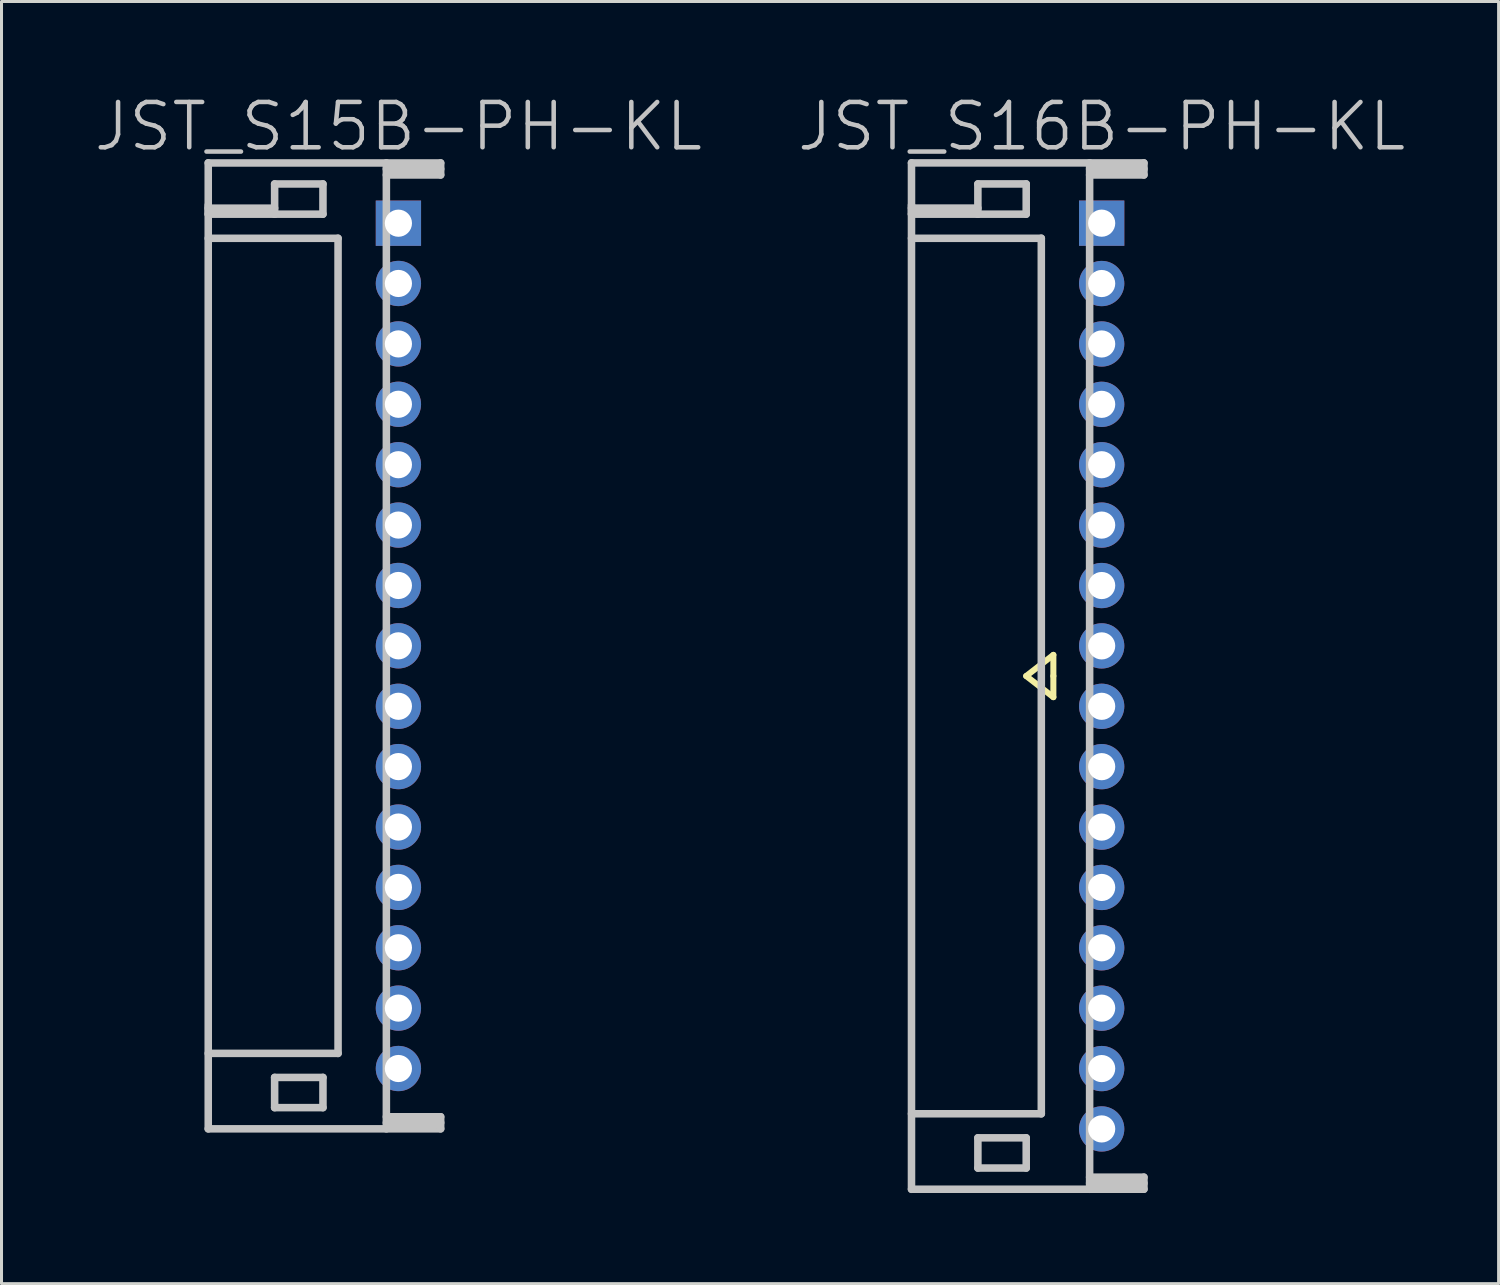
<source format=kicad_pcb>
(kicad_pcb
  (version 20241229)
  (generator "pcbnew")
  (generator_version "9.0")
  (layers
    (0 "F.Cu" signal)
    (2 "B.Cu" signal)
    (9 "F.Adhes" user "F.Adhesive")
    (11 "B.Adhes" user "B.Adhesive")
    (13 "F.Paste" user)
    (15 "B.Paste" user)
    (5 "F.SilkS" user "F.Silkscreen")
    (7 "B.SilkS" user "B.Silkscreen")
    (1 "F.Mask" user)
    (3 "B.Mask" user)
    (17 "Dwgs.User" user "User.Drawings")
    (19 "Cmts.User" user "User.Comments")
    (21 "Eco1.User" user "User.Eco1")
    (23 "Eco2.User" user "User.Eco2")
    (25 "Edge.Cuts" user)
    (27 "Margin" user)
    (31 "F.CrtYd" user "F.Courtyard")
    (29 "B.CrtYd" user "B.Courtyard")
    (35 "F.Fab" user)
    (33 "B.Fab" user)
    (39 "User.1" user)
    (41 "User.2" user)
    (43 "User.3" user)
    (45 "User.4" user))
  (footprint "JST_S16B-PH-KL"
    (layer "F.Cu")
    (at 33.439 19.341)
    (property "Reference" "JST_S16B-PH-KL" (at 0 -18.2 180) (layer "Dwgs.User") (effects (font (size 1.5 1.5) (thickness 0.15))))
    (attr through_hole)
    (fp_line (start -2.5 0) (end -1.6 0.7) (stroke (width 0.2) (type solid)) (layer "F.SilkS"))
    (fp_line (start -1.6 -0.7) (end -2.5 0) (stroke (width 0.2) (type solid)) (layer "F.SilkS"))
    (fp_line (start -1.6 0) (end -1.6 -0.7) (stroke (width 0.2) (type solid)) (layer "F.SilkS"))
    (fp_line (start -1.6 0.7) (end -1.6 0) (stroke (width 0.2) (type solid)) (layer "F.SilkS"))
    (fp_line (start -6.299 -15.498) (end -4.1 -15.498) (stroke (width 0.25) (type solid)) (layer "Dwgs.User"))
    (fp_line (start -6.299 -15.298) (end -6.299 -15.598) (stroke (width 0.25) (type solid)) (layer "Dwgs.User"))
    (fp_line (start -6.299 16.998) (end 1.4 16.998) (stroke (width 0.25) (type solid)) (layer "Dwgs.User"))
    (fp_line (start -6.299 17) (end -6.299 -17) (stroke (width 0.25) (type solid)) (layer "Dwgs.User"))
    (fp_line (start -4.1 -16.299) (end -2.499 -16.299) (stroke (width 0.25) (type solid)) (layer "Dwgs.User"))
    (fp_line (start -4.1 -15.298) (end -6.299 -15.298) (stroke (width 0.25) (type solid)) (layer "Dwgs.User"))
    (fp_line (start -4.1 -15.298) (end -4.1 -16.299) (stroke (width 0.25) (type solid)) (layer "Dwgs.User"))
    (fp_line (start -4.1 15.296) (end -2.499 15.296) (stroke (width 0.25) (type solid)) (layer "Dwgs.User"))
    (fp_line (start -4.1 16.297) (end -4.1 15.296) (stroke (width 0.25) (type solid)) (layer "Dwgs.User"))
    (fp_line (start -2.499 -16.299) (end -2.499 -15.298) (stroke (width 0.25) (type solid)) (layer "Dwgs.User"))
    (fp_line (start -2.499 -15.298) (end -4.1 -15.298) (stroke (width 0.25) (type solid)) (layer "Dwgs.User"))
    (fp_line (start -2.499 15.296) (end -2.499 16.297) (stroke (width 0.25) (type solid)) (layer "Dwgs.User"))
    (fp_line (start -2.499 16.297) (end -4.1 16.297) (stroke (width 0.25) (type solid)) (layer "Dwgs.User"))
    (fp_line (start -1.999 -14.501) (end -1.999 14.501) (stroke (width 0.25) (type solid)) (layer "Dwgs.User"))
    (fp_line (start -1.999 -14.498) (end -6.299 -14.498) (stroke (width 0.25) (type solid)) (layer "Dwgs.User"))
    (fp_line (start -1.999 14.498) (end -6.299 14.498) (stroke (width 0.25) (type solid)) (layer "Dwgs.User"))
    (fp_line (start -0.399 -16.596) (end 1.4 -16.596) (stroke (width 0.25) (type solid)) (layer "Dwgs.User"))
    (fp_line (start -0.399 17) (end -0.399 -17) (stroke (width 0.25) (type solid)) (layer "Dwgs.User"))
    (fp_line (start 1.4 -16.995) (end -6.299 -16.995) (stroke (width 0.25) (type solid)) (layer "Dwgs.User"))
    (fp_line (start 1.4 -16.794) (end -0.399 -16.794) (stroke (width 0.25) (type solid)) (layer "Dwgs.User"))
    (fp_line (start 1.4 -16.596) (end 1.4 -16.995) (stroke (width 0.25) (type solid)) (layer "Dwgs.User"))
    (fp_line (start 1.4 16.599) (end -0.399 16.599) (stroke (width 0.25) (type solid)) (layer "Dwgs.User"))
    (fp_line (start 1.4 16.797) (end -0.399 16.797) (stroke (width 0.25) (type solid)) (layer "Dwgs.User"))
    (fp_line (start 1.4 16.998) (end 1.4 16.599) (stroke (width 0.25) (type solid)) (layer "Dwgs.User"))
    (pad "1" thru_hole rect (at 0 -14.999) (size 1.5 1.5) (drill 0.9) (layers "*.Cu" "*.Mask"))
    (pad "2" thru_hole circle (at 0 -13 270) (size 1.5 1.5) (drill 0.9) (layers "*.Cu" "*.Mask"))
    (pad "3" thru_hole circle (at 0 -10.998 270) (size 1.5 1.5) (drill 0.9) (layers "*.Cu" "*.Mask"))
    (pad "4" thru_hole circle (at 0 -8.999 270) (size 1.5 1.5) (drill 0.9) (layers "*.Cu" "*.Mask"))
    (pad "5" thru_hole circle (at 0 -6.998 270) (size 1.5 1.5) (drill 0.9) (layers "*.Cu" "*.Mask"))
    (pad "6" thru_hole circle (at 0 -4.999 270) (size 1.5 1.5) (drill 0.9) (layers "*.Cu" "*.Mask"))
    (pad "7" thru_hole circle (at 0 -2.997 270) (size 1.5 1.5) (drill 0.9) (layers "*.Cu" "*.Mask"))
    (pad "8" thru_hole circle (at 0 -0.998 270) (size 1.5 1.5) (drill 0.9) (layers "*.Cu" "*.Mask"))
    (pad "9" thru_hole circle (at 0 1.003 270) (size 1.5 1.5) (drill 0.9) (layers "*.Cu" "*.Mask"))
    (pad "10" thru_hole circle (at 0 3.002 270) (size 1.5 1.5) (drill 0.9) (layers "*.Cu" "*.Mask"))
    (pad "11" thru_hole circle (at 0 5.004 270) (size 1.5 1.5) (drill 0.9) (layers "*.Cu" "*.Mask"))
    (pad "12" thru_hole circle (at 0 7.003 270) (size 1.5 1.5) (drill 0.9) (layers "*.Cu" "*.Mask"))
    (pad "13" thru_hole circle (at 0 9.002 270) (size 1.5 1.5) (drill 0.9) (layers "*.Cu" "*.Mask"))
    (pad "14" thru_hole circle (at 0 11.001 270) (size 1.5 1.5) (drill 0.9) (layers "*.Cu" "*.Mask"))
    (pad "15" thru_hole circle (at 0 13.002 270) (size 1.5 1.5) (drill 0.9) (layers "*.Cu" "*.Mask"))
    (pad "16" thru_hole circle (at 0 15.001 270) (size 1.5 1.5) (drill 0.9) (layers "*.Cu" "*.Mask")))
  (footprint "JST_S15B-PH-KL"
    (layer "F.Cu")
    (at 10.146 18.341)
    (property "Reference" "JST_S15B-PH-KL" (at 0 -17.2 180) (layer "Dwgs.User") (effects (font (size 1.5 1.5) (thickness 0.15))))
    (attr through_hole)
    (fp_line (start -6.299 -14.497) (end -4.1 -14.497) (stroke (width 0.25) (type solid)) (layer "Dwgs.User"))
    (fp_line (start -6.299 -14.298) (end -6.299 -14.597) (stroke (width 0.25) (type solid)) (layer "Dwgs.User"))
    (fp_line (start -6.299 15.997) (end 1.4 15.997) (stroke (width 0.25) (type solid)) (layer "Dwgs.User"))
    (fp_line (start -6.299 15.999) (end -6.299 -15.999) (stroke (width 0.25) (type solid)) (layer "Dwgs.User"))
    (fp_line (start -4.1 -15.298) (end -2.499 -15.298) (stroke (width 0.25) (type solid)) (layer "Dwgs.User"))
    (fp_line (start -4.1 -14.298) (end -6.299 -14.298) (stroke (width 0.25) (type solid)) (layer "Dwgs.User"))
    (fp_line (start -4.1 -14.298) (end -4.1 -15.298) (stroke (width 0.25) (type solid)) (layer "Dwgs.User"))
    (fp_line (start -4.1 14.295) (end -2.499 14.295) (stroke (width 0.25) (type solid)) (layer "Dwgs.User"))
    (fp_line (start -4.1 15.296) (end -4.1 14.295) (stroke (width 0.25) (type solid)) (layer "Dwgs.User"))
    (fp_line (start -2.499 -15.298) (end -2.499 -14.298) (stroke (width 0.25) (type solid)) (layer "Dwgs.User"))
    (fp_line (start -2.499 -14.298) (end -4.1 -14.298) (stroke (width 0.25) (type solid)) (layer "Dwgs.User"))
    (fp_line (start -2.499 14.295) (end -2.499 15.296) (stroke (width 0.25) (type solid)) (layer "Dwgs.User"))
    (fp_line (start -2.499 15.296) (end -4.1 15.296) (stroke (width 0.25) (type solid)) (layer "Dwgs.User"))
    (fp_line (start -1.999 -13.5) (end -1.999 13.5) (stroke (width 0.25) (type solid)) (layer "Dwgs.User"))
    (fp_line (start -1.999 -13.498) (end -6.299 -13.498) (stroke (width 0.25) (type solid)) (layer "Dwgs.User"))
    (fp_line (start -1.999 13.498) (end -6.299 13.498) (stroke (width 0.25) (type solid)) (layer "Dwgs.User"))
    (fp_line (start -0.399 -15.596) (end 1.4 -15.596) (stroke (width 0.25) (type solid)) (layer "Dwgs.User"))
    (fp_line (start -0.399 15.999) (end -0.399 -15.999) (stroke (width 0.25) (type solid)) (layer "Dwgs.User"))
    (fp_line (start 1.4 -15.994) (end -6.299 -15.994) (stroke (width 0.25) (type solid)) (layer "Dwgs.User"))
    (fp_line (start 1.4 -15.794) (end -0.399 -15.794) (stroke (width 0.25) (type solid)) (layer "Dwgs.User"))
    (fp_line (start 1.4 -15.596) (end 1.4 -15.994) (stroke (width 0.25) (type solid)) (layer "Dwgs.User"))
    (fp_line (start 1.4 15.598) (end -0.399 15.598) (stroke (width 0.25) (type solid)) (layer "Dwgs.User"))
    (fp_line (start 1.4 15.796) (end -0.399 15.796) (stroke (width 0.25) (type solid)) (layer "Dwgs.User"))
    (fp_line (start 1.4 15.997) (end 1.4 15.598) (stroke (width 0.25) (type solid)) (layer "Dwgs.User"))
    (pad "1" thru_hole rect (at 0 -13.998 270) (size 1.5 1.5) (drill 0.9) (layers "*.Cu" "*.Mask"))
    (pad "2" thru_hole circle (at 0 -12.002 270) (size 1.5 1.5) (drill 0.9) (layers "*.Cu" "*.Mask"))
    (pad "3" thru_hole circle (at 0 -10 270) (size 1.5 1.5) (drill 0.9) (layers "*.Cu" "*.Mask"))
    (pad "4" thru_hole circle (at 0 -8.001 270) (size 1.5 1.5) (drill 0.9) (layers "*.Cu" "*.Mask"))
    (pad "5" thru_hole circle (at 0 -5.999 270) (size 1.5 1.5) (drill 0.9) (layers "*.Cu" "*.Mask"))
    (pad "6" thru_hole circle (at 0 -4 270) (size 1.5 1.5) (drill 0.9) (layers "*.Cu" "*.Mask"))
    (pad "7" thru_hole circle (at 0 -1.999 270) (size 1.5 1.5) (drill 0.9) (layers "*.Cu" "*.Mask"))
    (pad "8" thru_hole circle (at 0 0 270) (size 1.5 1.5) (drill 0.9) (layers "*.Cu" "*.Mask"))
    (pad "9" thru_hole circle (at 0 2.002 270) (size 1.5 1.5) (drill 0.9) (layers "*.Cu" "*.Mask"))
    (pad "10" thru_hole circle (at 0 4 270) (size 1.5 1.5) (drill 0.9) (layers "*.Cu" "*.Mask"))
    (pad "11" thru_hole circle (at 0 6.002 270) (size 1.5 1.5) (drill 0.9) (layers "*.Cu" "*.Mask"))
    (pad "12" thru_hole circle (at 0 8.001 270) (size 1.5 1.5) (drill 0.9) (layers "*.Cu" "*.Mask"))
    (pad "13" thru_hole circle (at 0 10 270) (size 1.5 1.5) (drill 0.9) (layers "*.Cu" "*.Mask"))
    (pad "14" thru_hole circle (at 0 11.999 270) (size 1.5 1.5) (drill 0.9) (layers "*.Cu" "*.Mask"))
    (pad "15" thru_hole circle (at 0 14 270) (size 1.5 1.5) (drill 0.9) (layers "*.Cu" "*.Mask")))
  (gr_rect
    (start -3 -3)
    (end 46.586 39.466)
    (stroke (width 0.1) (type default))
    (fill no)
    (layer "Edge.Cuts")))
</source>
